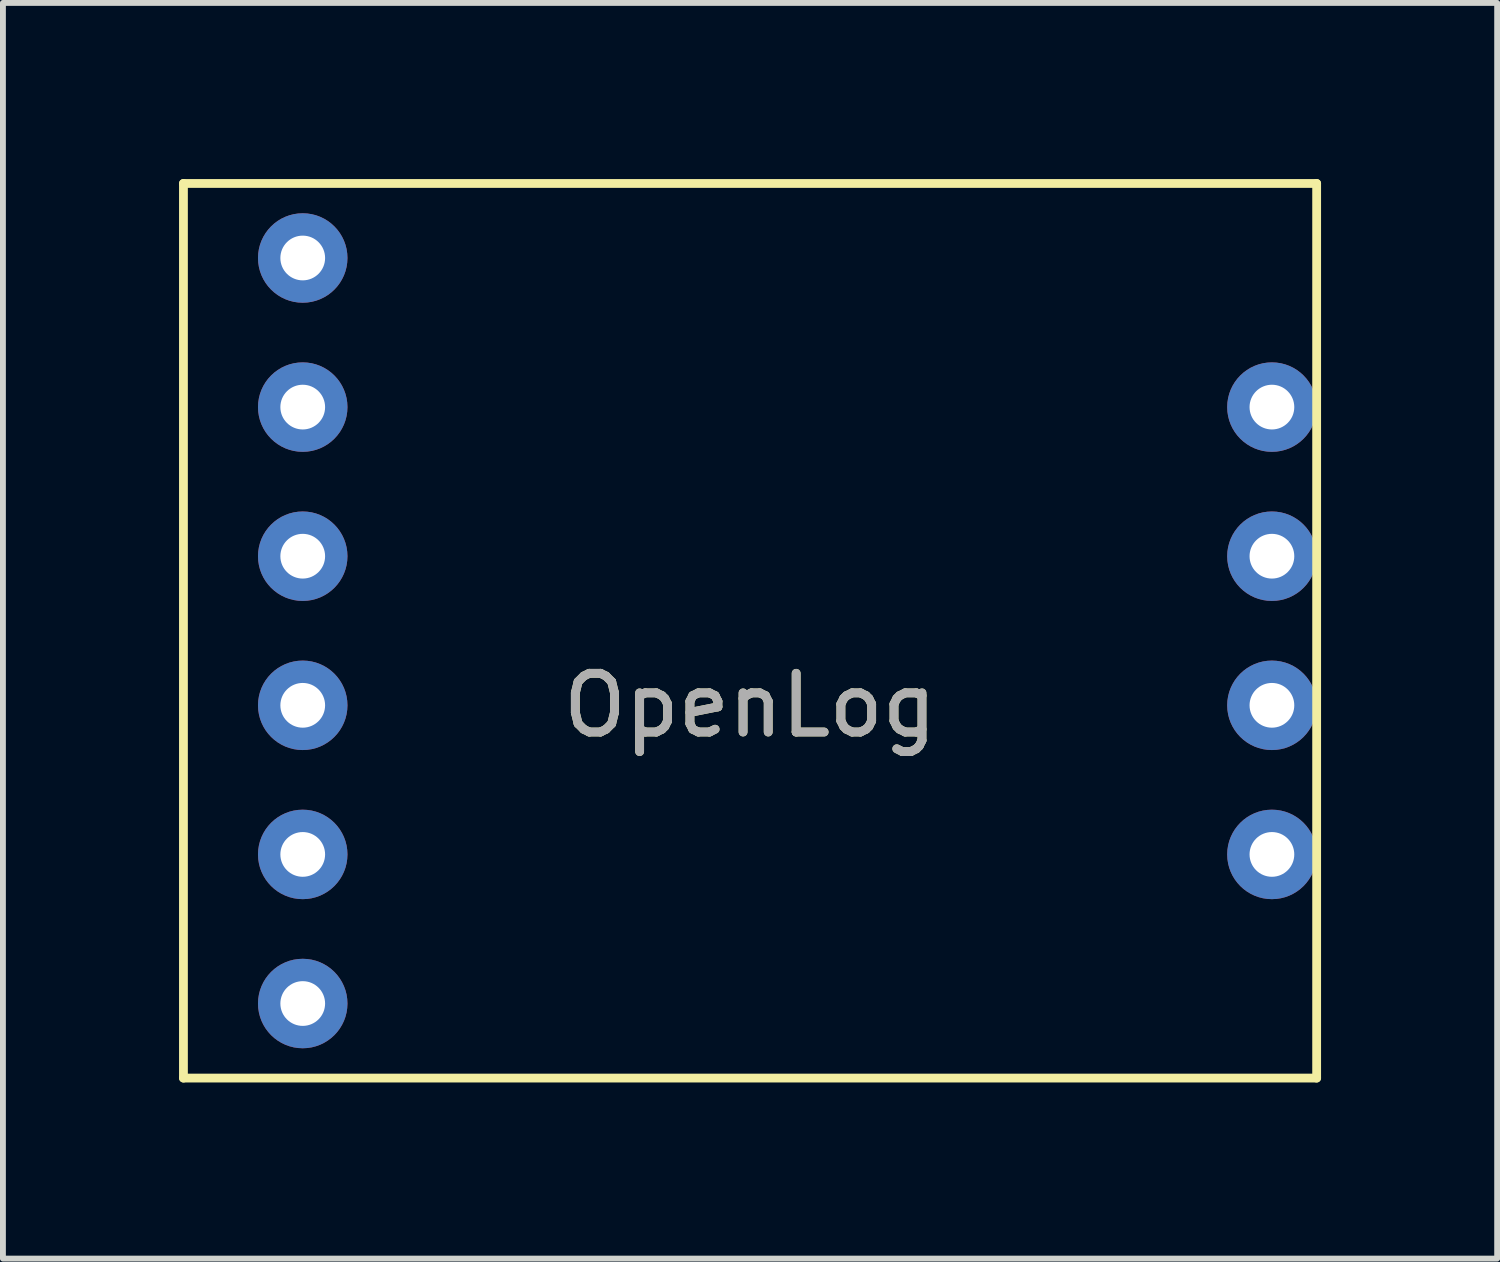
<source format=kicad_pcb>
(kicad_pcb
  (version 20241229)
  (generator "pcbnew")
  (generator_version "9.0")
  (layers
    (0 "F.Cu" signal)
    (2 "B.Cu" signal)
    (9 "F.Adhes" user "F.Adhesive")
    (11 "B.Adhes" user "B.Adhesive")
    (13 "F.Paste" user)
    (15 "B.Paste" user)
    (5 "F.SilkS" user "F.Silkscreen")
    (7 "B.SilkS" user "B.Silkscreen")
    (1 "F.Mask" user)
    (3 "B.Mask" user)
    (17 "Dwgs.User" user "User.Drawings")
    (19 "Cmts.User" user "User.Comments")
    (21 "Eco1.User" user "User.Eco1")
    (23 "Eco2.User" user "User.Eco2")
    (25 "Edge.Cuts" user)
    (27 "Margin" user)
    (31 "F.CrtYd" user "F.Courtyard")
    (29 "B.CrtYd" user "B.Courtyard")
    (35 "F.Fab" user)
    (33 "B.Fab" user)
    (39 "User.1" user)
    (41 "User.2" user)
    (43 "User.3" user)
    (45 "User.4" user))
  (footprint "OpenLog"
    (layer "F.Cu")
    (at 9.727 7.695)
    (property "Reference" "OpenLog" (at 0 1.27 0) (layer "F.SilkS") (effects (font (size 1 1) (thickness 0.15))))
    (attr through_hole)
    (fp_line (start -9.652 -7.62) (end -9.652 7.62) (stroke (width 0.15) (type solid)) (layer "F.SilkS"))
    (fp_line (start -9.652 7.62) (end 9.652 7.62) (stroke (width 0.15) (type solid)) (layer "F.SilkS"))
    (fp_line (start 9.652 -7.62) (end -9.652 -7.62) (stroke (width 0.15) (type solid)) (layer "F.SilkS"))
    (fp_line (start 9.652 7.62) (end 9.652 -7.62) (stroke (width 0.15) (type solid)) (layer "F.SilkS"))
    (fp_text user "${REFERENCE}" (at 0 1.27 0) (layer "F.Fab") (effects (font (size 1 1) (thickness 0.15))))
    (pad "1" thru_hole circle (at -7.62 6.35) (size 1.524 1.524) (drill 0.762) (layers "*.Cu" "*.Mask"))
    (pad "2" thru_hole circle (at -7.62 3.81) (size 1.524 1.524) (drill 0.762) (layers "*.Cu" "*.Mask"))
    (pad "3" thru_hole circle (at -7.62 1.27) (size 1.524 1.524) (drill 0.762) (layers "*.Cu" "*.Mask"))
    (pad "4" thru_hole circle (at -7.62 -1.27) (size 1.524 1.524) (drill 0.762) (layers "*.Cu" "*.Mask"))
    (pad "5" thru_hole circle (at -7.62 -3.81) (size 1.524 1.524) (drill 0.762) (layers "*.Cu" "*.Mask"))
    (pad "6" thru_hole circle (at -7.62 -6.35) (size 1.524 1.524) (drill 0.762) (layers "*.Cu" "*.Mask"))
    (pad "7" thru_hole circle (at 8.89 -3.81) (size 1.524 1.524) (drill 0.762) (layers "*.Cu" "*.Mask"))
    (pad "8" thru_hole circle (at 8.89 -1.27) (size 1.524 1.524) (drill 0.762) (layers "*.Cu" "*.Mask"))
    (pad "9" thru_hole circle (at 8.89 1.27) (size 1.524 1.524) (drill 0.762) (layers "*.Cu" "*.Mask"))
    (pad "10" thru_hole circle (at 8.89 3.81) (size 1.524 1.524) (drill 0.762) (layers "*.Cu" "*.Mask")))
  (gr_rect
    (start -3 -3)
    (end 22.454 18.39)
    (stroke (width 0.1) (type default))
    (fill no)
    (layer "Edge.Cuts")))
</source>
